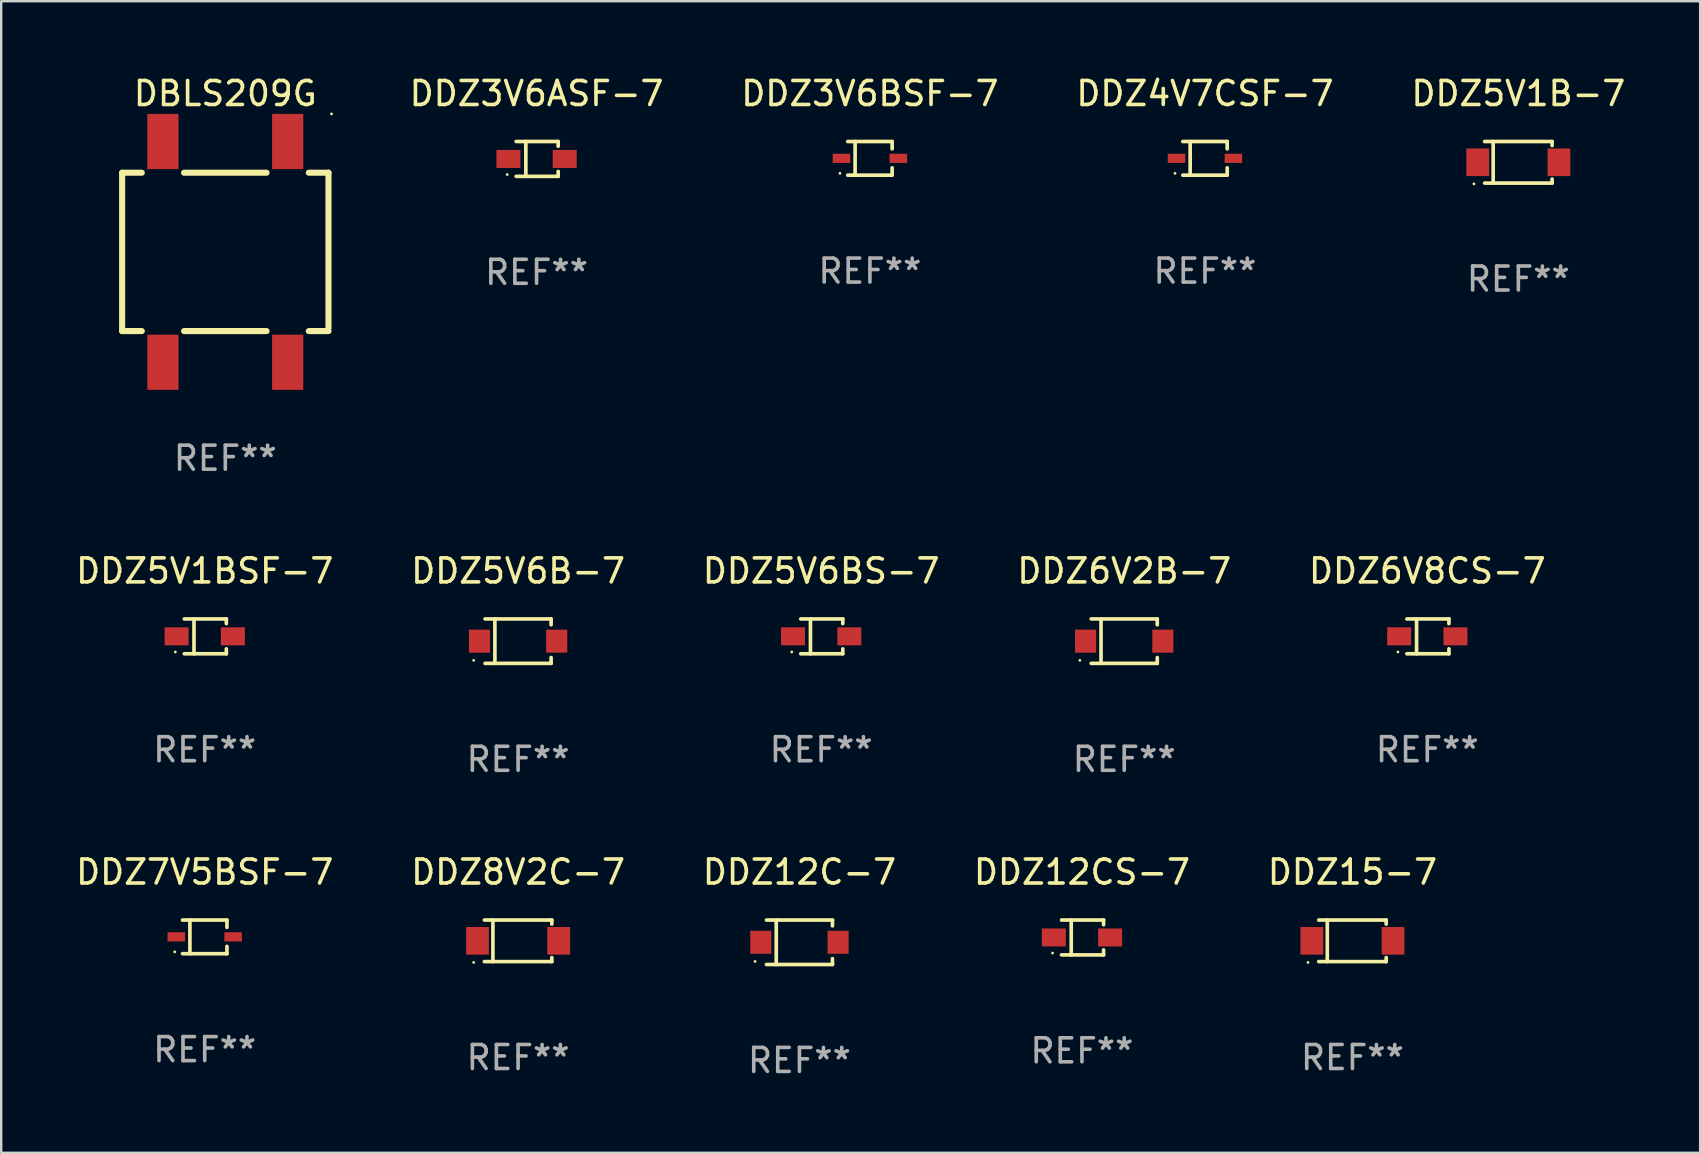
<source format=kicad_pcb>
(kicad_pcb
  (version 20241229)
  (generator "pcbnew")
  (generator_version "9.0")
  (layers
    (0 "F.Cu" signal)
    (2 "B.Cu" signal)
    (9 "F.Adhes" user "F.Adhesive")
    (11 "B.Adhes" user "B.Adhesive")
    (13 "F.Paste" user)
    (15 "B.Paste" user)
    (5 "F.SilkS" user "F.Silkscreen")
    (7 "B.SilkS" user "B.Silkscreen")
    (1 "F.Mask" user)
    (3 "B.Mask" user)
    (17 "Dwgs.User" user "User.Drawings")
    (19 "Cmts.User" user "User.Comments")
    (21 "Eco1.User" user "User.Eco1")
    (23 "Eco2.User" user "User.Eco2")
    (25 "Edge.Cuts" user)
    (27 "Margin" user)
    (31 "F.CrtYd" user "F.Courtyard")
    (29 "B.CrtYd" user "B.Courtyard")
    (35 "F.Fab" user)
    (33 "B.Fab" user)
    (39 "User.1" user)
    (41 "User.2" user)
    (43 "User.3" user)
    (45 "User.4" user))
  (footprint "DDZ15-7"
    (layer "F.Cu")
    (at 53.315 36.16)
    (property "Reference" "DDZ15-7" (at 0 -2.866 0) (layer "F.SilkS") (effects (font (size 1 1) (thickness 0.15))))
    (attr through_hole)
    (fp_line (start -1.406 -0.866) (end 1.406 -0.866) (stroke (width 0.152) (type solid)) (layer "F.SilkS"))
    (fp_line (start -1.406 0.866) (end 1.406 0.866) (stroke (width 0.152) (type solid)) (layer "F.SilkS"))
    (fp_line (start -1.049 -0.866) (end -1.049 0.866) (stroke (width 0.152) (type solid)) (layer "F.SilkS"))
    (fp_line (start 1.406 -0.866) (end 1.406 -0.698) (stroke (width 0.152) (type solid)) (layer "F.SilkS"))
    (fp_line (start 1.406 0.866) (end 1.406 0.698) (stroke (width 0.152) (type solid)) (layer "F.SilkS"))
    (fp_circle (center -1.851 0.9) (end -1.821 0.9) (stroke (width 0.06) (type solid)) (fill no) (layer "F.SilkS"))
    (fp_text user "REF**" (at 0 4.866 0) (layer "F.Fab") (effects (font (size 1 1) (thickness 0.15))))
    (pad "1" smd rect (at -1.692 0) (size 0.95 1.15) (layers "F.Cu" "F.Mask" "F.Paste"))
    (pad "2" smd rect (at 1.692 0) (size 0.95 1.15) (layers "F.Cu" "F.Mask" "F.Paste")))
  (footprint "DDZ3V6ASF-7"
    (layer "F.Cu")
    (at 19.312 3.574)
    (property "Reference" "DDZ3V6ASF-7" (at 0 -2.726 0) (layer "F.SilkS") (effects (font (size 1 1) (thickness 0.15))))
    (attr through_hole)
    (fp_line (start -0.851 -0.726) (end 0.901 -0.726) (stroke (width 0.152) (type solid)) (layer "F.SilkS"))
    (fp_line (start -0.851 0.726) (end 0.901 0.726) (stroke (width 0.152) (type solid)) (layer "F.SilkS"))
    (fp_line (start -0.447 -0.726) (end -0.447 0.726) (stroke (width 0.152) (type solid)) (layer "F.SilkS"))
    (fp_line (start 0.901 -0.726) (end 0.901 -0.53) (stroke (width 0.152) (type solid)) (layer "F.SilkS"))
    (fp_line (start 0.901 0.726) (end 0.901 0.52) (stroke (width 0.152) (type solid)) (layer "F.SilkS"))
    (fp_circle (center -1.225 0.65) (end -1.195 0.65) (stroke (width 0.06) (type solid)) (fill no) (layer "F.SilkS"))
    (fp_text user "REF**" (at 0 4.726 0) (layer "F.Fab") (effects (font (size 1 1) (thickness 0.15))))
    (pad "1" smd rect (at -1.173 0) (size 1 0.75) (layers "F.Cu" "F.Mask" "F.Paste"))
    (pad "2" smd rect (at 1.173 0) (size 1 0.75) (layers "F.Cu" "F.Mask" "F.Paste")))
  (footprint "DDZ12C-7"
    (layer "F.Cu")
    (at 30.268 36.22)
    (property "Reference" "DDZ12C-7" (at 0 -2.926 0) (layer "F.SilkS") (effects (font (size 1 1) (thickness 0.15))))
    (attr through_hole)
    (fp_line (start -1.376 -0.926) (end 1.376 -0.926) (stroke (width 0.152) (type solid)) (layer "F.SilkS"))
    (fp_line (start -1.376 0.926) (end 1.376 0.926) (stroke (width 0.152) (type solid)) (layer "F.SilkS"))
    (fp_line (start -0.967 -0.926) (end -0.967 0.926) (stroke (width 0.152) (type solid)) (layer "F.SilkS"))
    (fp_line (start 1.376 -0.926) (end 1.376 -0.683) (stroke (width 0.152) (type solid)) (layer "F.SilkS"))
    (fp_line (start 1.376 0.926) (end 1.376 0.683) (stroke (width 0.152) (type solid)) (layer "F.SilkS"))
    (fp_circle (center -1.85 0.8) (end -1.82 0.8) (stroke (width 0.06) (type solid)) (fill no) (layer "F.SilkS"))
    (fp_text user "REF**" (at 0 4.926 0) (layer "F.Fab") (effects (font (size 1 1) (thickness 0.15))))
    (pad "1" smd rect (at -1.61 0) (size 0.88 0.96) (layers "F.Cu" "F.Mask" "F.Paste"))
    (pad "2" smd rect (at 1.61 0) (size 0.88 0.96) (layers "F.Cu" "F.Mask" "F.Paste")))
  (footprint "DDZ6V2B-7"
    (layer "F.Cu")
    (at 43.804 23.671)
    (property "Reference" "DDZ6V2B-7" (at 0 -2.926 0) (layer "F.SilkS") (effects (font (size 1 1) (thickness 0.15))))
    (attr through_hole)
    (fp_line (start -1.376 -0.926) (end 1.376 -0.926) (stroke (width 0.152) (type solid)) (layer "F.SilkS"))
    (fp_line (start -1.376 0.926) (end 1.376 0.926) (stroke (width 0.152) (type solid)) (layer "F.SilkS"))
    (fp_line (start -0.967 -0.926) (end -0.967 0.926) (stroke (width 0.152) (type solid)) (layer "F.SilkS"))
    (fp_line (start 1.376 -0.926) (end 1.376 -0.683) (stroke (width 0.152) (type solid)) (layer "F.SilkS"))
    (fp_line (start 1.376 0.926) (end 1.376 0.683) (stroke (width 0.152) (type solid)) (layer "F.SilkS"))
    (fp_circle (center -1.85 0.8) (end -1.82 0.8) (stroke (width 0.06) (type solid)) (fill no) (layer "F.SilkS"))
    (fp_text user "REF**" (at 0 4.926 0) (layer "F.Fab") (effects (font (size 1 1) (thickness 0.15))))
    (pad "1" smd rect (at -1.61 0) (size 0.88 0.96) (layers "F.Cu" "F.Mask" "F.Paste"))
    (pad "2" smd rect (at 1.61 0) (size 0.88 0.96) (layers "F.Cu" "F.Mask" "F.Paste")))
  (footprint "DDZ5V1B-7"
    (layer "F.Cu")
    (at 60.229 3.714)
    (property "Reference" "DDZ5V1B-7" (at 0 -2.866 0) (layer "F.SilkS") (effects (font (size 1 1) (thickness 0.15))))
    (attr through_hole)
    (fp_line (start -1.406 -0.866) (end 1.406 -0.866) (stroke (width 0.152) (type solid)) (layer "F.SilkS"))
    (fp_line (start -1.406 0.866) (end 1.406 0.866) (stroke (width 0.152) (type solid)) (layer "F.SilkS"))
    (fp_line (start -1.049 -0.866) (end -1.049 0.866) (stroke (width 0.152) (type solid)) (layer "F.SilkS"))
    (fp_line (start 1.406 -0.866) (end 1.406 -0.698) (stroke (width 0.152) (type solid)) (layer "F.SilkS"))
    (fp_line (start 1.406 0.866) (end 1.406 0.698) (stroke (width 0.152) (type solid)) (layer "F.SilkS"))
    (fp_circle (center -1.851 0.9) (end -1.821 0.9) (stroke (width 0.06) (type solid)) (fill no) (layer "F.SilkS"))
    (fp_text user "REF**" (at 0 4.866 0) (layer "F.Fab") (effects (font (size 1 1) (thickness 0.15))))
    (pad "1" smd rect (at -1.692 0) (size 0.95 1.15) (layers "F.Cu" "F.Mask" "F.Paste"))
    (pad "2" smd rect (at 1.692 0) (size 0.95 1.15) (layers "F.Cu" "F.Mask" "F.Paste")))
  (footprint "DDZ12CS-7"
    (layer "F.Cu")
    (at 42.042 36.02)
    (property "Reference" "DDZ12CS-7" (at 0 -2.726 0) (layer "F.SilkS") (effects (font (size 1 1) (thickness 0.15))))
    (attr through_hole)
    (fp_line (start -0.851 -0.726) (end 0.901 -0.726) (stroke (width 0.152) (type solid)) (layer "F.SilkS"))
    (fp_line (start -0.851 0.726) (end 0.901 0.726) (stroke (width 0.152) (type solid)) (layer "F.SilkS"))
    (fp_line (start -0.447 -0.726) (end -0.447 0.726) (stroke (width 0.152) (type solid)) (layer "F.SilkS"))
    (fp_line (start 0.901 -0.726) (end 0.901 -0.53) (stroke (width 0.152) (type solid)) (layer "F.SilkS"))
    (fp_line (start 0.901 0.726) (end 0.901 0.52) (stroke (width 0.152) (type solid)) (layer "F.SilkS"))
    (fp_circle (center -1.225 0.65) (end -1.195 0.65) (stroke (width 0.06) (type solid)) (fill no) (layer "F.SilkS"))
    (fp_text user "REF**" (at 0 4.726 0) (layer "F.Fab") (effects (font (size 1 1) (thickness 0.15))))
    (pad "1" smd rect (at -1.173 0) (size 1 0.75) (layers "F.Cu" "F.Mask" "F.Paste"))
    (pad "2" smd rect (at 1.173 0) (size 1 0.75) (layers "F.Cu" "F.Mask" "F.Paste")))
  (footprint "DDZ8V2C-7"
    (layer "F.Cu")
    (at 18.542 36.16)
    (property "Reference" "DDZ8V2C-7" (at 0 -2.866 0) (layer "F.SilkS") (effects (font (size 1 1) (thickness 0.15))))
    (attr through_hole)
    (fp_line (start -1.406 -0.866) (end 1.406 -0.866) (stroke (width 0.152) (type solid)) (layer "F.SilkS"))
    (fp_line (start -1.406 0.866) (end 1.406 0.866) (stroke (width 0.152) (type solid)) (layer "F.SilkS"))
    (fp_line (start -1.049 -0.866) (end -1.049 0.866) (stroke (width 0.152) (type solid)) (layer "F.SilkS"))
    (fp_line (start 1.406 -0.866) (end 1.406 -0.698) (stroke (width 0.152) (type solid)) (layer "F.SilkS"))
    (fp_line (start 1.406 0.866) (end 1.406 0.698) (stroke (width 0.152) (type solid)) (layer "F.SilkS"))
    (fp_circle (center -1.851 0.9) (end -1.821 0.9) (stroke (width 0.06) (type solid)) (fill no) (layer "F.SilkS"))
    (fp_text user "REF**" (at 0 4.866 0) (layer "F.Fab") (effects (font (size 1 1) (thickness 0.15))))
    (pad "1" smd rect (at -1.692 0) (size 0.95 1.15) (layers "F.Cu" "F.Mask" "F.Paste"))
    (pad "2" smd rect (at 1.692 0) (size 0.95 1.15) (layers "F.Cu" "F.Mask" "F.Paste")))
  (footprint "DBLS209G"
    (layer "F.Cu")
    (at 6.34 7.448)
    (property "Reference" "DBLS209G" (at 0 -6.6 0) (layer "F.SilkS") (effects (font (size 1 1) (thickness 0.15))))
    (attr through_hole)
    (fp_line (start -4.3 -3.3) (end -4.3 3.3) (stroke (width 0.254) (type solid)) (layer "F.SilkS"))
    (fp_line (start -4.3 -3.3) (end -3.481 -3.3) (stroke (width 0.254) (type solid)) (layer "F.SilkS"))
    (fp_line (start -4.3 3.3) (end -3.481 3.3) (stroke (width 0.254) (type solid)) (layer "F.SilkS"))
    (fp_line (start -1.719 -3.3) (end 1.719 -3.3) (stroke (width 0.254) (type solid)) (layer "F.SilkS"))
    (fp_line (start -1.719 3.3) (end 1.719 3.3) (stroke (width 0.254) (type solid)) (layer "F.SilkS"))
    (fp_line (start 3.481 -3.3) (end 4.3 -3.3) (stroke (width 0.254) (type solid)) (layer "F.SilkS"))
    (fp_line (start 3.481 3.3) (end 4.3 3.3) (stroke (width 0.254) (type solid)) (layer "F.SilkS"))
    (fp_line (start 4.3 -3.3) (end 4.3 3.175) (stroke (width 0.254) (type solid)) (layer "F.SilkS"))
    (fp_circle (center 4.427 -5.75) (end 4.457 -5.75) (stroke (width 0.06) (type solid)) (fill no) (layer "F.SilkS"))
    (fp_text user "&#126;" (at -3.429 2.741 0) (layer "B.Mask") (effects (font (size 1 1) (thickness 0.15))))
    (fp_text user "+" (at 2.032 -1.016 0) (layer "B.Mask") (effects (font (size 1 1) (thickness 0.15))))
    (fp_text user "&#126;" (at 1.651 2.741 0) (layer "B.Mask") (effects (font (size 1 1) (thickness 0.15))))
    (fp_text user "-" (at -3.556 -1.092 0) (layer "B.Mask") (effects (font (size 1 1) (thickness 0.15))))
    (fp_text user "REF**" (at 0 8.6 0) (layer "F.Fab") (effects (font (size 1 1) (thickness 0.15))))
    (pad "1" smd rect (at 2.6 -4.6) (size 1.3 2.3) (layers "F.Cu" "F.Mask" "F.Paste"))
    (pad "2" smd rect (at -2.6 -4.6) (size 1.3 2.3) (layers "F.Cu" "F.Mask" "F.Paste"))
    (pad "3" smd rect (at -2.6 4.6) (size 1.3 2.3) (layers "F.Cu" "F.Mask" "F.Paste"))
    (pad "4" smd rect (at 2.6 4.6) (size 1.3 2.3) (layers "F.Cu" "F.Mask" "F.Paste")))
  (footprint "DDZ5V6B-7"
    (layer "F.Cu")
    (at 18.542 23.671)
    (property "Reference" "DDZ5V6B-7" (at 0 -2.926 0) (layer "F.SilkS") (effects (font (size 1 1) (thickness 0.15))))
    (attr through_hole)
    (fp_line (start -1.376 -0.926) (end 1.376 -0.926) (stroke (width 0.152) (type solid)) (layer "F.SilkS"))
    (fp_line (start -1.376 0.926) (end 1.376 0.926) (stroke (width 0.152) (type solid)) (layer "F.SilkS"))
    (fp_line (start -0.967 -0.926) (end -0.967 0.926) (stroke (width 0.152) (type solid)) (layer "F.SilkS"))
    (fp_line (start 1.376 -0.926) (end 1.376 -0.683) (stroke (width 0.152) (type solid)) (layer "F.SilkS"))
    (fp_line (start 1.376 0.926) (end 1.376 0.683) (stroke (width 0.152) (type solid)) (layer "F.SilkS"))
    (fp_circle (center -1.85 0.8) (end -1.82 0.8) (stroke (width 0.06) (type solid)) (fill no) (layer "F.SilkS"))
    (fp_text user "REF**" (at 0 4.926 0) (layer "F.Fab") (effects (font (size 1 1) (thickness 0.15))))
    (pad "1" smd rect (at -1.61 0) (size 0.88 0.96) (layers "F.Cu" "F.Mask" "F.Paste"))
    (pad "2" smd rect (at 1.61 0) (size 0.88 0.96) (layers "F.Cu" "F.Mask" "F.Paste")))
  (footprint "DDZ3V6BSF-7"
    (layer "F.Cu")
    (at 33.205 3.549)
    (property "Reference" "DDZ3V6BSF-7" (at 0 -2.701 0) (layer "F.SilkS") (effects (font (size 1 1) (thickness 0.15))))
    (attr through_hole)
    (fp_line (start -0.926 -0.701) (end 0.926 -0.701) (stroke (width 0.152) (type solid)) (layer "F.SilkS"))
    (fp_line (start -0.926 0.701) (end 0.926 0.701) (stroke (width 0.152) (type solid)) (layer "F.SilkS"))
    (fp_line (start -0.617 -0.701) (end -0.617 0.701) (stroke (width 0.152) (type solid)) (layer "F.SilkS"))
    (fp_line (start 0.926 -0.701) (end 0.926 -0.396) (stroke (width 0.152) (type solid)) (layer "F.SilkS"))
    (fp_line (start 0.926 0.701) (end 0.926 0.396) (stroke (width 0.152) (type solid)) (layer "F.SilkS"))
    (fp_circle (center -1.25 0.625) (end -1.22 0.625) (stroke (width 0.06) (type solid)) (fill no) (layer "F.SilkS"))
    (fp_text user "REF**" (at 0 4.701 0) (layer "F.Fab") (effects (font (size 1 1) (thickness 0.15))))
    (pad "1" smd rect (at -1.185 0 180) (size 0.73 0.385) (layers "F.Cu" "F.Mask" "F.Paste"))
    (pad "2" smd rect (at 1.185 0 180) (size 0.73 0.385) (layers "F.Cu" "F.Mask" "F.Paste")))
  (footprint "DDZ5V1BSF-7"
    (layer "F.Cu")
    (at 5.482 23.471)
    (property "Reference" "DDZ5V1BSF-7" (at 0 -2.726 0) (layer "F.SilkS") (effects (font (size 1 1) (thickness 0.15))))
    (attr through_hole)
    (fp_line (start -0.851 -0.726) (end 0.901 -0.726) (stroke (width 0.152) (type solid)) (layer "F.SilkS"))
    (fp_line (start -0.851 0.726) (end 0.901 0.726) (stroke (width 0.152) (type solid)) (layer "F.SilkS"))
    (fp_line (start -0.447 -0.726) (end -0.447 0.726) (stroke (width 0.152) (type solid)) (layer "F.SilkS"))
    (fp_line (start 0.901 -0.726) (end 0.901 -0.53) (stroke (width 0.152) (type solid)) (layer "F.SilkS"))
    (fp_line (start 0.901 0.726) (end 0.901 0.52) (stroke (width 0.152) (type solid)) (layer "F.SilkS"))
    (fp_circle (center -1.225 0.65) (end -1.195 0.65) (stroke (width 0.06) (type solid)) (fill no) (layer "F.SilkS"))
    (fp_text user "REF**" (at 0 4.726 0) (layer "F.Fab") (effects (font (size 1 1) (thickness 0.15))))
    (pad "1" smd rect (at -1.173 0) (size 1 0.75) (layers "F.Cu" "F.Mask" "F.Paste"))
    (pad "2" smd rect (at 1.173 0) (size 1 0.75) (layers "F.Cu" "F.Mask" "F.Paste")))
  (footprint "DDZ6V8CS-7"
    (layer "F.Cu")
    (at 56.435 23.471)
    (property "Reference" "DDZ6V8CS-7" (at 0 -2.726 0) (layer "F.SilkS") (effects (font (size 1 1) (thickness 0.15))))
    (attr through_hole)
    (fp_line (start -0.851 -0.726) (end 0.901 -0.726) (stroke (width 0.152) (type solid)) (layer "F.SilkS"))
    (fp_line (start -0.851 0.726) (end 0.901 0.726) (stroke (width 0.152) (type solid)) (layer "F.SilkS"))
    (fp_line (start -0.447 -0.726) (end -0.447 0.726) (stroke (width 0.152) (type solid)) (layer "F.SilkS"))
    (fp_line (start 0.901 -0.726) (end 0.901 -0.53) (stroke (width 0.152) (type solid)) (layer "F.SilkS"))
    (fp_line (start 0.901 0.726) (end 0.901 0.52) (stroke (width 0.152) (type solid)) (layer "F.SilkS"))
    (fp_circle (center -1.225 0.65) (end -1.195 0.65) (stroke (width 0.06) (type solid)) (fill no) (layer "F.SilkS"))
    (fp_text user "REF**" (at 0 4.726 0) (layer "F.Fab") (effects (font (size 1 1) (thickness 0.15))))
    (pad "1" smd rect (at -1.173 0) (size 1 0.75) (layers "F.Cu" "F.Mask" "F.Paste"))
    (pad "2" smd rect (at 1.173 0) (size 1 0.75) (layers "F.Cu" "F.Mask" "F.Paste")))
  (footprint "DDZ4V7CSF-7"
    (layer "F.Cu")
    (at 47.169 3.549)
    (property "Reference" "DDZ4V7CSF-7" (at 0 -2.701 0) (layer "F.SilkS") (effects (font (size 1 1) (thickness 0.15))))
    (attr through_hole)
    (fp_line (start -0.926 -0.701) (end 0.926 -0.701) (stroke (width 0.152) (type solid)) (layer "F.SilkS"))
    (fp_line (start -0.926 0.701) (end 0.926 0.701) (stroke (width 0.152) (type solid)) (layer "F.SilkS"))
    (fp_line (start -0.617 -0.701) (end -0.617 0.701) (stroke (width 0.152) (type solid)) (layer "F.SilkS"))
    (fp_line (start 0.926 -0.701) (end 0.926 -0.396) (stroke (width 0.152) (type solid)) (layer "F.SilkS"))
    (fp_line (start 0.926 0.701) (end 0.926 0.396) (stroke (width 0.152) (type solid)) (layer "F.SilkS"))
    (fp_circle (center -1.25 0.625) (end -1.22 0.625) (stroke (width 0.06) (type solid)) (fill no) (layer "F.SilkS"))
    (fp_text user "REF**" (at 0 4.701 0) (layer "F.Fab") (effects (font (size 1 1) (thickness 0.15))))
    (pad "1" smd rect (at -1.185 0 180) (size 0.73 0.385) (layers "F.Cu" "F.Mask" "F.Paste"))
    (pad "2" smd rect (at 1.185 0 180) (size 0.73 0.385) (layers "F.Cu" "F.Mask" "F.Paste")))
  (footprint "DDZ5V6BS-7"
    (layer "F.Cu")
    (at 31.173 23.471)
    (property "Reference" "DDZ5V6BS-7" (at 0 -2.726 0) (layer "F.SilkS") (effects (font (size 1 1) (thickness 0.15))))
    (attr through_hole)
    (fp_line (start -0.851 -0.726) (end 0.901 -0.726) (stroke (width 0.152) (type solid)) (layer "F.SilkS"))
    (fp_line (start -0.851 0.726) (end 0.901 0.726) (stroke (width 0.152) (type solid)) (layer "F.SilkS"))
    (fp_line (start -0.447 -0.726) (end -0.447 0.726) (stroke (width 0.152) (type solid)) (layer "F.SilkS"))
    (fp_line (start 0.901 -0.726) (end 0.901 -0.53) (stroke (width 0.152) (type solid)) (layer "F.SilkS"))
    (fp_line (start 0.901 0.726) (end 0.901 0.52) (stroke (width 0.152) (type solid)) (layer "F.SilkS"))
    (fp_circle (center -1.225 0.65) (end -1.195 0.65) (stroke (width 0.06) (type solid)) (fill no) (layer "F.SilkS"))
    (fp_text user "REF**" (at 0 4.726 0) (layer "F.Fab") (effects (font (size 1 1) (thickness 0.15))))
    (pad "1" smd rect (at -1.173 0) (size 1 0.75) (layers "F.Cu" "F.Mask" "F.Paste"))
    (pad "2" smd rect (at 1.173 0) (size 1 0.75) (layers "F.Cu" "F.Mask" "F.Paste")))
  (footprint "DDZ7V5BSF-7"
    (layer "F.Cu")
    (at 5.482 35.995)
    (property "Reference" "DDZ7V5BSF-7" (at 0 -2.701 0) (layer "F.SilkS") (effects (font (size 1 1) (thickness 0.15))))
    (attr through_hole)
    (fp_line (start -0.926 -0.701) (end 0.926 -0.701) (stroke (width 0.152) (type solid)) (layer "F.SilkS"))
    (fp_line (start -0.926 0.701) (end 0.926 0.701) (stroke (width 0.152) (type solid)) (layer "F.SilkS"))
    (fp_line (start -0.617 -0.701) (end -0.617 0.701) (stroke (width 0.152) (type solid)) (layer "F.SilkS"))
    (fp_line (start 0.926 -0.701) (end 0.926 -0.396) (stroke (width 0.152) (type solid)) (layer "F.SilkS"))
    (fp_line (start 0.926 0.701) (end 0.926 0.396) (stroke (width 0.152) (type solid)) (layer "F.SilkS"))
    (fp_circle (center -1.25 0.625) (end -1.22 0.625) (stroke (width 0.06) (type solid)) (fill no) (layer "F.SilkS"))
    (fp_text user "REF**" (at 0 4.701 0) (layer "F.Fab") (effects (font (size 1 1) (thickness 0.15))))
    (pad "1" smd rect (at -1.185 0 180) (size 0.73 0.385) (layers "F.Cu" "F.Mask" "F.Paste"))
    (pad "2" smd rect (at 1.185 0 180) (size 0.73 0.385) (layers "F.Cu" "F.Mask" "F.Paste")))
  (gr_rect
    (start -3 -3)
    (end 67.806 44.994)
    (stroke (width 0.1) (type default))
    (fill no)
    (layer "Edge.Cuts")))
</source>
